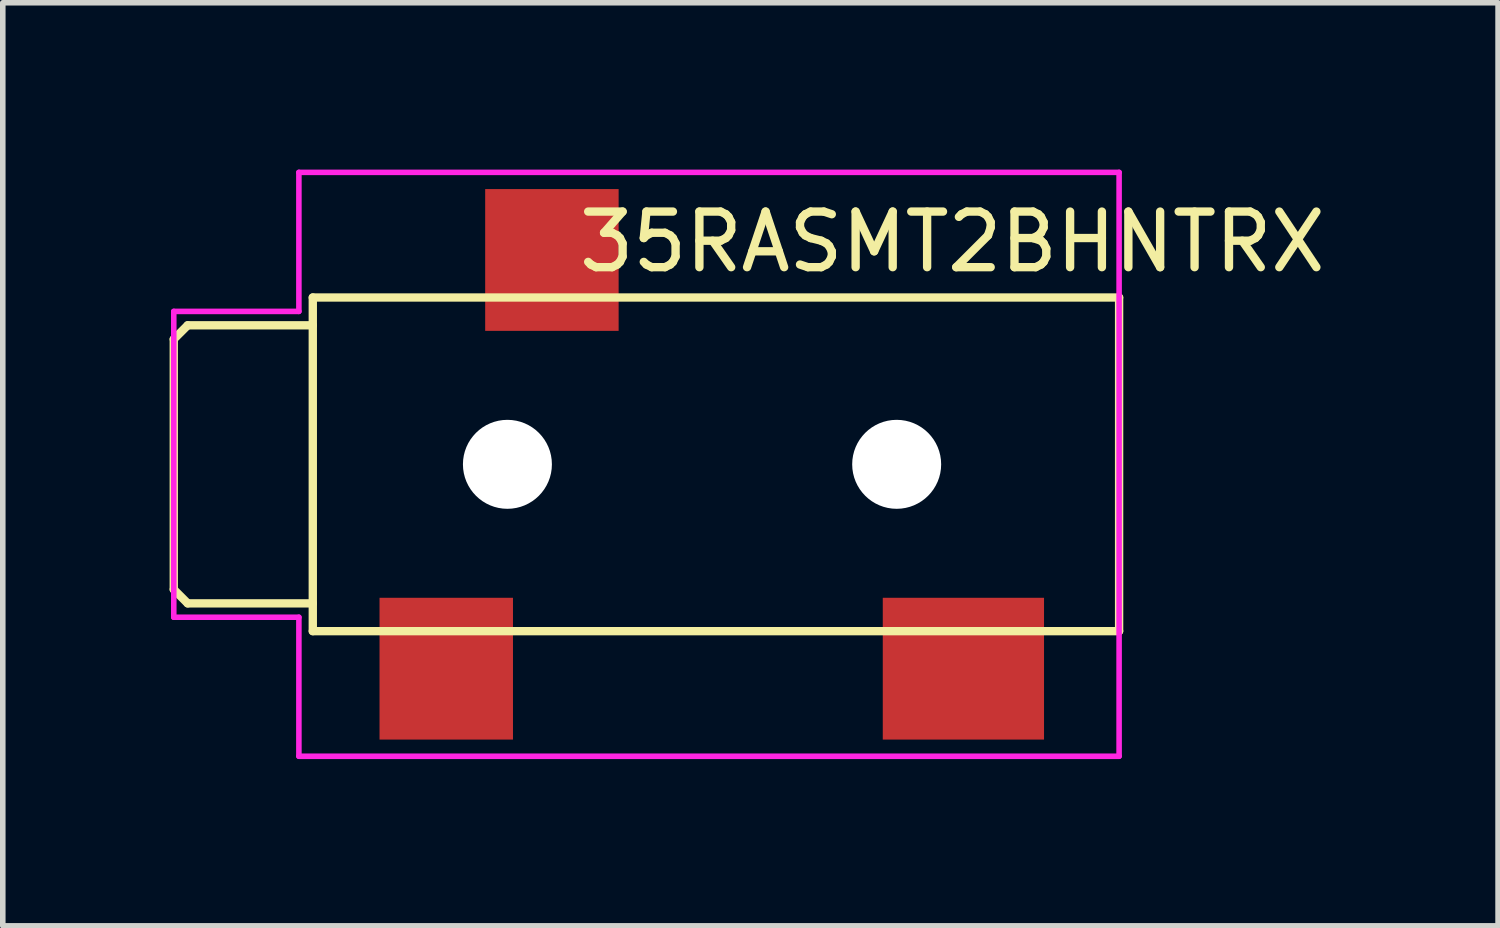
<source format=kicad_pcb>
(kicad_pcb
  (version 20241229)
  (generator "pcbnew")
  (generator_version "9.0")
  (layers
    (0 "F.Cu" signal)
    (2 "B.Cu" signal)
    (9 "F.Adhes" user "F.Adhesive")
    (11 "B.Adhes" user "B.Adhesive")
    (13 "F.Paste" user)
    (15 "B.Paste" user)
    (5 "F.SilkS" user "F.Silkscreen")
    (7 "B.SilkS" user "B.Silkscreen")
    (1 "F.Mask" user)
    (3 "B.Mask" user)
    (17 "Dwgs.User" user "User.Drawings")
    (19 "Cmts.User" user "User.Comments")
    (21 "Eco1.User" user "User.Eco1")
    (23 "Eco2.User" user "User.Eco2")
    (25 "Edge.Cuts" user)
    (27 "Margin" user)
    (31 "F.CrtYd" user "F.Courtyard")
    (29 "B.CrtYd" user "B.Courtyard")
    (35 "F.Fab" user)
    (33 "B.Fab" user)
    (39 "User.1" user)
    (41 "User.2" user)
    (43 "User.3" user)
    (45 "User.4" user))
  (footprint "35RASMT2BHNTRX"
    (layer "F.Cu")
    (at 6.075 5.3)
    (property "Reference" "35RASMT2BHNTRX" (at 8 -4 180) (layer "F.SilkS") (effects (font (size 1 1) (thickness 0.15))))
    (attr through_hole)
    (fp_line (start -6 -2.25) (end -5.75 -2.5) (stroke (width 0.15) (type solid)) (layer "F.SilkS"))
    (fp_line (start -6 2.25) (end -6 -2.25) (stroke (width 0.15) (type solid)) (layer "F.SilkS"))
    (fp_line (start -5.75 -2.5) (end -3.5 -2.5) (stroke (width 0.15) (type solid)) (layer "F.SilkS"))
    (fp_line (start -5.75 2.5) (end -6 2.25) (stroke (width 0.15) (type solid)) (layer "F.SilkS"))
    (fp_line (start -3.5 -3) (end 11 -3) (stroke (width 0.15) (type solid)) (layer "F.SilkS"))
    (fp_line (start -3.5 2.5) (end -5.75 2.5) (stroke (width 0.15) (type solid)) (layer "F.SilkS"))
    (fp_line (start -3.5 3) (end -3.5 -3) (stroke (width 0.15) (type solid)) (layer "F.SilkS"))
    (fp_line (start 11 -3) (end 11 3) (stroke (width 0.15) (type solid)) (layer "F.SilkS"))
    (fp_line (start 11 3) (end -3.5 3) (stroke (width 0.15) (type solid)) (layer "F.SilkS"))
    (fp_line (start -6 2.75) (end -6 -2.75) (stroke (width 0.1) (type solid)) (layer "F.CrtYd"))
    (fp_line (start -6 2.75) (end -3.75 2.75) (stroke (width 0.1) (type solid)) (layer "F.CrtYd"))
    (fp_line (start -3.75 -5.25) (end -3.75 -2.75) (stroke (width 0.1) (type solid)) (layer "F.CrtYd"))
    (fp_line (start -3.75 -5.25) (end 11 -5.25) (stroke (width 0.1) (type solid)) (layer "F.CrtYd"))
    (fp_line (start -3.75 -2.75) (end -6 -2.75) (stroke (width 0.1) (type solid)) (layer "F.CrtYd"))
    (fp_line (start -3.75 2.75) (end -3.75 5.25) (stroke (width 0.1) (type solid)) (layer "F.CrtYd"))
    (fp_line (start 11 -5.25) (end 11 5.25) (stroke (width 0.1) (type solid)) (layer "F.CrtYd"))
    (fp_line (start 11 5.25) (end -3.75 5.25) (stroke (width 0.1) (type solid)) (layer "F.CrtYd"))
    (pad "" np_thru_hole circle (at 0 0) (size 1.6 1.6) (drill 1.6) (layers "*.Cu" "*.Mask"))
    (pad "" np_thru_hole circle (at 7 0) (size 1.6 1.6) (drill 1.6) (layers "*.Cu" "*.Mask"))
    (pad "1" smd rect (at -1.1 3.675) (size 2.4 2.55) (layers "F.Cu" "F.Mask" "F.Paste"))
    (pad "2" smd rect (at 8.2 3.675) (size 2.9 2.55) (layers "F.Cu" "F.Mask" "F.Paste"))
    (pad "3" smd rect (at 0.8 -3.675) (size 2.4 2.55) (layers "F.Cu" "F.Mask" "F.Paste")))
  (gr_rect
    (start -3 -3)
    (end 23.89 13.6)
    (stroke (width 0.1) (type default))
    (fill no)
    (layer "Edge.Cuts")))
</source>
